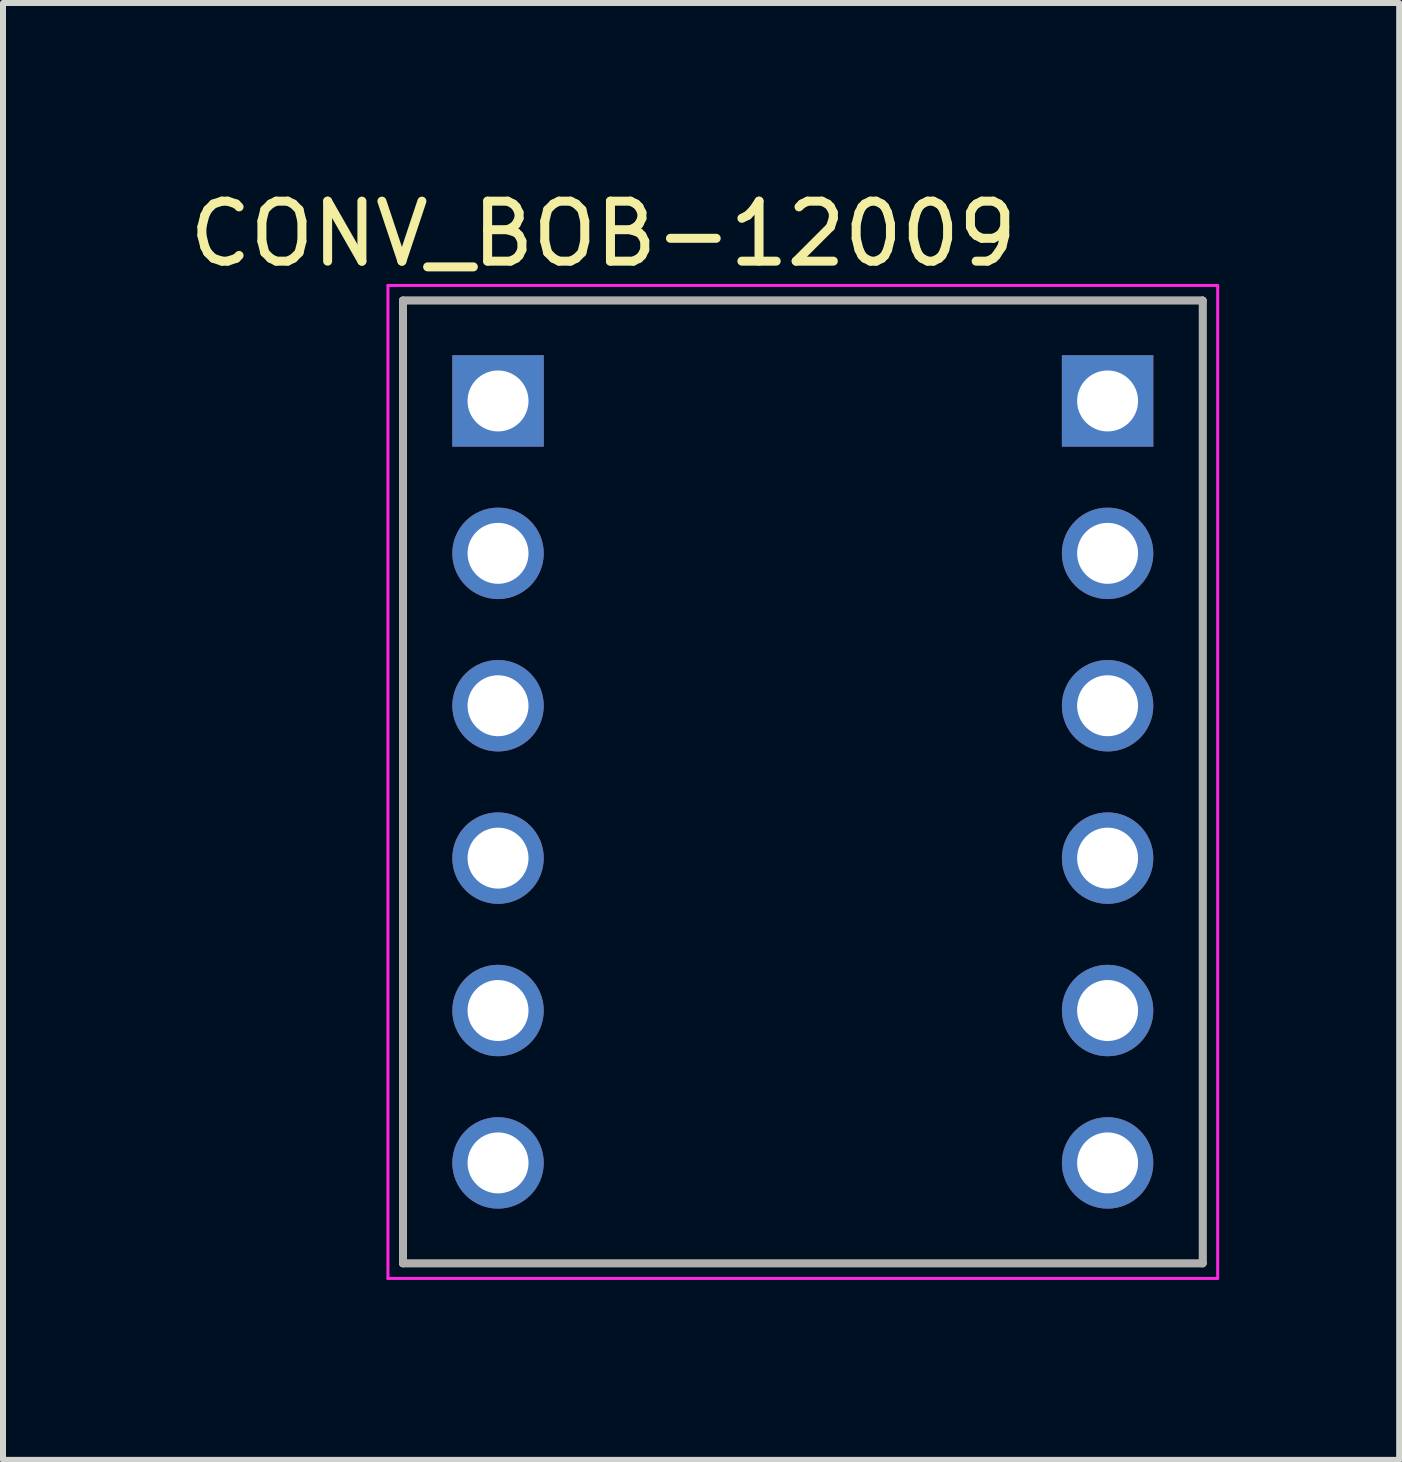
<source format=kicad_pcb>
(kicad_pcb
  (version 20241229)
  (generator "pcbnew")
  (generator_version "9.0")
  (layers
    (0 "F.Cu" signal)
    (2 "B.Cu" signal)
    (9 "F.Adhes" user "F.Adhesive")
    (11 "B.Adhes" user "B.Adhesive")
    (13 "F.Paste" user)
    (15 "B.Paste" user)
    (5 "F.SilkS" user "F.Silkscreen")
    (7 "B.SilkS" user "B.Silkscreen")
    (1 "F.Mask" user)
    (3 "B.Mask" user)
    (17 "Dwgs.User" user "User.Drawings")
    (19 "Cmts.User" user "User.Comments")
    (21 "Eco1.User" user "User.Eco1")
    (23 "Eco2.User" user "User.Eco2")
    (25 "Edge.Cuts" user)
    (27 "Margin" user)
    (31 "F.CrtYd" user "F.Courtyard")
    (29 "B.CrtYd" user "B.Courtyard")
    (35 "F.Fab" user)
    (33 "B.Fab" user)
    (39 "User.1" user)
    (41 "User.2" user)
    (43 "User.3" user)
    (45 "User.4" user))
  (footprint "CONV_BOB-12009"
    (layer "F.Cu")
    (at 10.331 9.983)
    (property "Reference" "CONV_BOB-12009" (at -3.325 -9.135 0) (layer "F.SilkS") (effects (font (size 1 1) (thickness 0.15))))
    (attr through_hole)
    (fp_line (start -6.665 -8.025) (end 6.665 -8.025) (stroke (width 0.127) (type solid)) (layer "F.SilkS"))
    (fp_line (start -6.665 8.025) (end -6.665 -8.025) (stroke (width 0.127) (type solid)) (layer "F.SilkS"))
    (fp_line (start 6.665 -8.025) (end 6.665 8.025) (stroke (width 0.127) (type solid)) (layer "F.SilkS"))
    (fp_line (start 6.665 8.025) (end -6.665 8.025) (stroke (width 0.127) (type solid)) (layer "F.SilkS"))
    (fp_line (start -6.915 -8.275) (end -6.915 8.275) (stroke (width 0.05) (type solid)) (layer "F.CrtYd"))
    (fp_line (start -6.915 8.275) (end 6.915 8.275) (stroke (width 0.05) (type solid)) (layer "F.CrtYd"))
    (fp_line (start 6.915 -8.275) (end -6.915 -8.275) (stroke (width 0.05) (type solid)) (layer "F.CrtYd"))
    (fp_line (start 6.915 8.275) (end 6.915 -8.275) (stroke (width 0.05) (type solid)) (layer "F.CrtYd"))
    (fp_line (start -6.665 -8.025) (end 6.665 -8.025) (stroke (width 0.127) (type solid)) (layer "F.Fab"))
    (fp_line (start -6.665 8.025) (end -6.665 -8.025) (stroke (width 0.127) (type solid)) (layer "F.Fab"))
    (fp_line (start 6.665 -8.025) (end 6.665 8.025) (stroke (width 0.127) (type solid)) (layer "F.Fab"))
    (fp_line (start 6.665 8.025) (end -6.665 8.025) (stroke (width 0.127) (type solid)) (layer "F.Fab"))
    (pad "GND_1" thru_hole circle (at 5.08 1.27) (size 1.524 1.524) (drill 1.016) (layers "*.Cu" "*.Mask"))
    (pad "GND_2" thru_hole circle (at -5.08 1.27) (size 1.524 1.524) (drill 1.016) (layers "*.Cu" "*.Mask"))
    (pad "HV" thru_hole circle (at 5.08 -1.27) (size 1.524 1.524) (drill 1.016) (layers "*.Cu" "*.Mask"))
    (pad "HV1" thru_hole rect (at 5.08 -6.35) (size 1.524 1.524) (drill 1.016) (layers "*.Cu" "*.Mask"))
    (pad "HV2" thru_hole circle (at 5.08 -3.81) (size 1.524 1.524) (drill 1.016) (layers "*.Cu" "*.Mask"))
    (pad "HV3" thru_hole circle (at 5.08 3.81) (size 1.524 1.524) (drill 1.016) (layers "*.Cu" "*.Mask"))
    (pad "HV4" thru_hole circle (at 5.08 6.35) (size 1.524 1.524) (drill 1.016) (layers "*.Cu" "*.Mask"))
    (pad "LV" thru_hole circle (at -5.08 -1.27) (size 1.524 1.524) (drill 1.016) (layers "*.Cu" "*.Mask"))
    (pad "LV1" thru_hole rect (at -5.08 -6.35) (size 1.524 1.524) (drill 1.016) (layers "*.Cu" "*.Mask"))
    (pad "LV2" thru_hole circle (at -5.08 -3.81) (size 1.524 1.524) (drill 1.016) (layers "*.Cu" "*.Mask"))
    (pad "LV3" thru_hole circle (at -5.08 3.81) (size 1.524 1.524) (drill 1.016) (layers "*.Cu" "*.Mask"))
    (pad "LV4" thru_hole circle (at -5.08 6.35) (size 1.524 1.524) (drill 1.016) (layers "*.Cu" "*.Mask")))
  (gr_rect
    (start -3 -3)
    (end 20.271 21.283)
    (stroke (width 0.1) (type default))
    (fill no)
    (layer "Edge.Cuts")))
</source>
